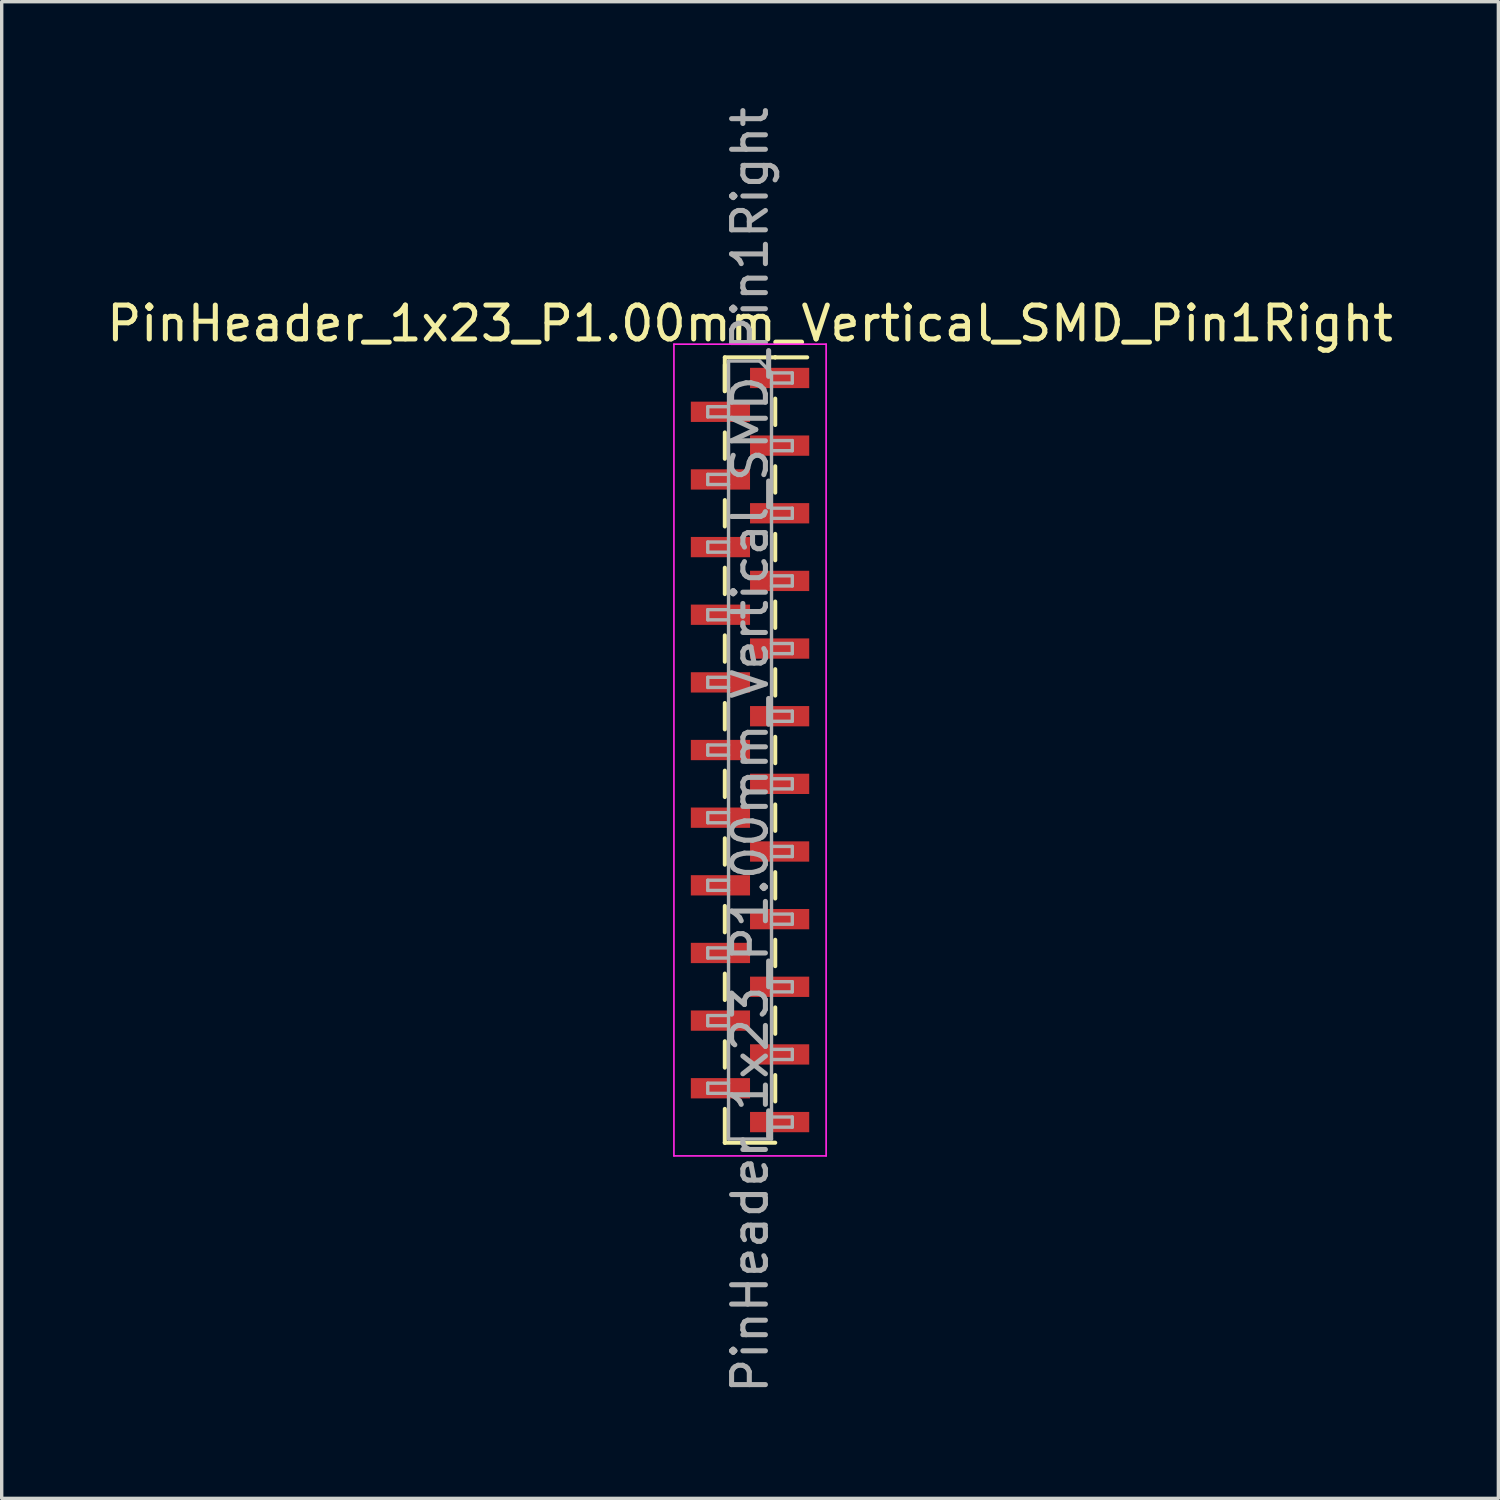
<source format=kicad_pcb>
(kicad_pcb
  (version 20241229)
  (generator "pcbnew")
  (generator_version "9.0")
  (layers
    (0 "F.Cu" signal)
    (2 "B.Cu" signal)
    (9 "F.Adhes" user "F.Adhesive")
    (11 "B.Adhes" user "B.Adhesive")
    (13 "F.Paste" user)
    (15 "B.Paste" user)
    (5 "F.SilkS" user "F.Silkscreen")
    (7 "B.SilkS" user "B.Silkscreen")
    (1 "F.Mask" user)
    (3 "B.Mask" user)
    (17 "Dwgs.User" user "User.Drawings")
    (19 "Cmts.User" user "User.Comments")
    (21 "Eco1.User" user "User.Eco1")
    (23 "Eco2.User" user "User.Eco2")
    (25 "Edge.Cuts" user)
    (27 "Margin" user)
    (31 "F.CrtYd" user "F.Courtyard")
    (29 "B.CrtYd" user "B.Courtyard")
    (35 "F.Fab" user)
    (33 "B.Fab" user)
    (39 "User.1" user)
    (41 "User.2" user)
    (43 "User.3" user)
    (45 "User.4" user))
  (footprint "PinHeader_1x23_P1.00mm_Vertical_SMD_Pin1Right"
    (layer "F.Cu")
    (at 19.125 19.125)
    (property "Reference" "PinHeader_1x23_P1.00mm_Vertical_SMD_Pin1Right" (at 0 -12.61 0) (layer "F.SilkS") (effects (font (size 1 1) (thickness 0.15))))
    (attr smd)
    (fp_line (start -0.745 -11.61) (end -0.745 -10.61) (stroke (width 0.12) (type solid)) (layer "F.SilkS"))
    (fp_line (start -0.745 -11.61) (end 0.745 -11.61) (stroke (width 0.12) (type solid)) (layer "F.SilkS"))
    (fp_line (start -0.745 -11.39) (end -0.745 -10.61) (stroke (width 0.12) (type solid)) (layer "F.SilkS"))
    (fp_line (start -0.745 -9.39) (end -0.745 -8.61) (stroke (width 0.12) (type solid)) (layer "F.SilkS"))
    (fp_line (start -0.745 -7.39) (end -0.745 -6.61) (stroke (width 0.12) (type solid)) (layer "F.SilkS"))
    (fp_line (start -0.745 -5.39) (end -0.745 -4.61) (stroke (width 0.12) (type solid)) (layer "F.SilkS"))
    (fp_line (start -0.745 -3.39) (end -0.745 -2.61) (stroke (width 0.12) (type solid)) (layer "F.SilkS"))
    (fp_line (start -0.745 -1.39) (end -0.745 -0.61) (stroke (width 0.12) (type solid)) (layer "F.SilkS"))
    (fp_line (start -0.745 0.61) (end -0.745 1.39) (stroke (width 0.12) (type solid)) (layer "F.SilkS"))
    (fp_line (start -0.745 2.61) (end -0.745 3.39) (stroke (width 0.12) (type solid)) (layer "F.SilkS"))
    (fp_line (start -0.745 4.61) (end -0.745 5.39) (stroke (width 0.12) (type solid)) (layer "F.SilkS"))
    (fp_line (start -0.745 6.61) (end -0.745 7.39) (stroke (width 0.12) (type solid)) (layer "F.SilkS"))
    (fp_line (start -0.745 8.61) (end -0.745 9.39) (stroke (width 0.12) (type solid)) (layer "F.SilkS"))
    (fp_line (start -0.745 10.61) (end -0.745 11.61) (stroke (width 0.12) (type solid)) (layer "F.SilkS"))
    (fp_line (start -0.745 11.61) (end -0.745 11.61) (stroke (width 0.12) (type solid)) (layer "F.SilkS"))
    (fp_line (start -0.745 11.61) (end 0.745 11.61) (stroke (width 0.12) (type solid)) (layer "F.SilkS"))
    (fp_line (start 0.745 -11.61) (end 0.745 -11.61) (stroke (width 0.12) (type solid)) (layer "F.SilkS"))
    (fp_line (start 0.745 -11.61) (end 1.69 -11.61) (stroke (width 0.12) (type solid)) (layer "F.SilkS"))
    (fp_line (start 0.745 -10.39) (end 0.745 -9.61) (stroke (width 0.12) (type solid)) (layer "F.SilkS"))
    (fp_line (start 0.745 -8.39) (end 0.745 -7.61) (stroke (width 0.12) (type solid)) (layer "F.SilkS"))
    (fp_line (start 0.745 -6.39) (end 0.745 -5.61) (stroke (width 0.12) (type solid)) (layer "F.SilkS"))
    (fp_line (start 0.745 -4.39) (end 0.745 -3.61) (stroke (width 0.12) (type solid)) (layer "F.SilkS"))
    (fp_line (start 0.745 -2.39) (end 0.745 -1.61) (stroke (width 0.12) (type solid)) (layer "F.SilkS"))
    (fp_line (start 0.745 -0.39) (end 0.745 0.39) (stroke (width 0.12) (type solid)) (layer "F.SilkS"))
    (fp_line (start 0.745 1.61) (end 0.745 2.39) (stroke (width 0.12) (type solid)) (layer "F.SilkS"))
    (fp_line (start 0.745 3.61) (end 0.745 4.39) (stroke (width 0.12) (type solid)) (layer "F.SilkS"))
    (fp_line (start 0.745 5.61) (end 0.745 6.39) (stroke (width 0.12) (type solid)) (layer "F.SilkS"))
    (fp_line (start 0.745 7.61) (end 0.745 8.39) (stroke (width 0.12) (type solid)) (layer "F.SilkS"))
    (fp_line (start 0.745 9.61) (end 0.745 10.39) (stroke (width 0.12) (type solid)) (layer "F.SilkS"))
    (fp_line (start -2.25 -12) (end -2.25 12) (stroke (width 0.05) (type solid)) (layer "F.CrtYd"))
    (fp_line (start -2.25 12) (end 2.25 12) (stroke (width 0.05) (type solid)) (layer "F.CrtYd"))
    (fp_line (start 2.25 -12) (end -2.25 -12) (stroke (width 0.05) (type solid)) (layer "F.CrtYd"))
    (fp_line (start 2.25 12) (end 2.25 -12) (stroke (width 0.05) (type solid)) (layer "F.CrtYd"))
    (fp_line (start -1.25 -10.15) (end -1.25 -9.85) (stroke (width 0.1) (type solid)) (layer "F.Fab"))
    (fp_line (start -1.25 -9.85) (end -0.635 -9.85) (stroke (width 0.1) (type solid)) (layer "F.Fab"))
    (fp_line (start -1.25 -8.15) (end -1.25 -7.85) (stroke (width 0.1) (type solid)) (layer "F.Fab"))
    (fp_line (start -1.25 -7.85) (end -0.635 -7.85) (stroke (width 0.1) (type solid)) (layer "F.Fab"))
    (fp_line (start -1.25 -6.15) (end -1.25 -5.85) (stroke (width 0.1) (type solid)) (layer "F.Fab"))
    (fp_line (start -1.25 -5.85) (end -0.635 -5.85) (stroke (width 0.1) (type solid)) (layer "F.Fab"))
    (fp_line (start -1.25 -4.15) (end -1.25 -3.85) (stroke (width 0.1) (type solid)) (layer "F.Fab"))
    (fp_line (start -1.25 -3.85) (end -0.635 -3.85) (stroke (width 0.1) (type solid)) (layer "F.Fab"))
    (fp_line (start -1.25 -2.15) (end -1.25 -1.85) (stroke (width 0.1) (type solid)) (layer "F.Fab"))
    (fp_line (start -1.25 -1.85) (end -0.635 -1.85) (stroke (width 0.1) (type solid)) (layer "F.Fab"))
    (fp_line (start -1.25 -0.15) (end -1.25 0.15) (stroke (width 0.1) (type solid)) (layer "F.Fab"))
    (fp_line (start -1.25 0.15) (end -0.635 0.15) (stroke (width 0.1) (type solid)) (layer "F.Fab"))
    (fp_line (start -1.25 1.85) (end -1.25 2.15) (stroke (width 0.1) (type solid)) (layer "F.Fab"))
    (fp_line (start -1.25 2.15) (end -0.635 2.15) (stroke (width 0.1) (type solid)) (layer "F.Fab"))
    (fp_line (start -1.25 3.85) (end -1.25 4.15) (stroke (width 0.1) (type solid)) (layer "F.Fab"))
    (fp_line (start -1.25 4.15) (end -0.635 4.15) (stroke (width 0.1) (type solid)) (layer "F.Fab"))
    (fp_line (start -1.25 5.85) (end -1.25 6.15) (stroke (width 0.1) (type solid)) (layer "F.Fab"))
    (fp_line (start -1.25 6.15) (end -0.635 6.15) (stroke (width 0.1) (type solid)) (layer "F.Fab"))
    (fp_line (start -1.25 7.85) (end -1.25 8.15) (stroke (width 0.1) (type solid)) (layer "F.Fab"))
    (fp_line (start -1.25 8.15) (end -0.635 8.15) (stroke (width 0.1) (type solid)) (layer "F.Fab"))
    (fp_line (start -1.25 9.85) (end -1.25 10.15) (stroke (width 0.1) (type solid)) (layer "F.Fab"))
    (fp_line (start -1.25 10.15) (end -0.635 10.15) (stroke (width 0.1) (type solid)) (layer "F.Fab"))
    (fp_line (start -0.635 -11.5) (end -0.635 11.5) (stroke (width 0.1) (type solid)) (layer "F.Fab"))
    (fp_line (start -0.635 -11.5) (end 0.285 -11.5) (stroke (width 0.1) (type solid)) (layer "F.Fab"))
    (fp_line (start -0.635 -10.15) (end -1.25 -10.15) (stroke (width 0.1) (type solid)) (layer "F.Fab"))
    (fp_line (start -0.635 -8.15) (end -1.25 -8.15) (stroke (width 0.1) (type solid)) (layer "F.Fab"))
    (fp_line (start -0.635 -6.15) (end -1.25 -6.15) (stroke (width 0.1) (type solid)) (layer "F.Fab"))
    (fp_line (start -0.635 -4.15) (end -1.25 -4.15) (stroke (width 0.1) (type solid)) (layer "F.Fab"))
    (fp_line (start -0.635 -2.15) (end -1.25 -2.15) (stroke (width 0.1) (type solid)) (layer "F.Fab"))
    (fp_line (start -0.635 -0.15) (end -1.25 -0.15) (stroke (width 0.1) (type solid)) (layer "F.Fab"))
    (fp_line (start -0.635 1.85) (end -1.25 1.85) (stroke (width 0.1) (type solid)) (layer "F.Fab"))
    (fp_line (start -0.635 3.85) (end -1.25 3.85) (stroke (width 0.1) (type solid)) (layer "F.Fab"))
    (fp_line (start -0.635 5.85) (end -1.25 5.85) (stroke (width 0.1) (type solid)) (layer "F.Fab"))
    (fp_line (start -0.635 7.85) (end -1.25 7.85) (stroke (width 0.1) (type solid)) (layer "F.Fab"))
    (fp_line (start -0.635 9.85) (end -1.25 9.85) (stroke (width 0.1) (type solid)) (layer "F.Fab"))
    (fp_line (start 0.635 -11.15) (end 0.285 -11.5) (stroke (width 0.1) (type solid)) (layer "F.Fab"))
    (fp_line (start 0.635 -11.15) (end 1.25 -11.15) (stroke (width 0.1) (type solid)) (layer "F.Fab"))
    (fp_line (start 0.635 -9.15) (end 1.25 -9.15) (stroke (width 0.1) (type solid)) (layer "F.Fab"))
    (fp_line (start 0.635 -7.15) (end 1.25 -7.15) (stroke (width 0.1) (type solid)) (layer "F.Fab"))
    (fp_line (start 0.635 -5.15) (end 1.25 -5.15) (stroke (width 0.1) (type solid)) (layer "F.Fab"))
    (fp_line (start 0.635 -3.15) (end 1.25 -3.15) (stroke (width 0.1) (type solid)) (layer "F.Fab"))
    (fp_line (start 0.635 -1.15) (end 1.25 -1.15) (stroke (width 0.1) (type solid)) (layer "F.Fab"))
    (fp_line (start 0.635 0.85) (end 1.25 0.85) (stroke (width 0.1) (type solid)) (layer "F.Fab"))
    (fp_line (start 0.635 2.85) (end 1.25 2.85) (stroke (width 0.1) (type solid)) (layer "F.Fab"))
    (fp_line (start 0.635 4.85) (end 1.25 4.85) (stroke (width 0.1) (type solid)) (layer "F.Fab"))
    (fp_line (start 0.635 6.85) (end 1.25 6.85) (stroke (width 0.1) (type solid)) (layer "F.Fab"))
    (fp_line (start 0.635 8.85) (end 1.25 8.85) (stroke (width 0.1) (type solid)) (layer "F.Fab"))
    (fp_line (start 0.635 10.85) (end 1.25 10.85) (stroke (width 0.1) (type solid)) (layer "F.Fab"))
    (fp_line (start 0.635 11.5) (end -0.635 11.5) (stroke (width 0.1) (type solid)) (layer "F.Fab"))
    (fp_line (start 0.635 11.5) (end 0.635 -11.15) (stroke (width 0.1) (type solid)) (layer "F.Fab"))
    (fp_line (start 1.25 -11.15) (end 1.25 -10.85) (stroke (width 0.1) (type solid)) (layer "F.Fab"))
    (fp_line (start 1.25 -10.85) (end 0.635 -10.85) (stroke (width 0.1) (type solid)) (layer "F.Fab"))
    (fp_line (start 1.25 -9.15) (end 1.25 -8.85) (stroke (width 0.1) (type solid)) (layer "F.Fab"))
    (fp_line (start 1.25 -8.85) (end 0.635 -8.85) (stroke (width 0.1) (type solid)) (layer "F.Fab"))
    (fp_line (start 1.25 -7.15) (end 1.25 -6.85) (stroke (width 0.1) (type solid)) (layer "F.Fab"))
    (fp_line (start 1.25 -6.85) (end 0.635 -6.85) (stroke (width 0.1) (type solid)) (layer "F.Fab"))
    (fp_line (start 1.25 -5.15) (end 1.25 -4.85) (stroke (width 0.1) (type solid)) (layer "F.Fab"))
    (fp_line (start 1.25 -4.85) (end 0.635 -4.85) (stroke (width 0.1) (type solid)) (layer "F.Fab"))
    (fp_line (start 1.25 -3.15) (end 1.25 -2.85) (stroke (width 0.1) (type solid)) (layer "F.Fab"))
    (fp_line (start 1.25 -2.85) (end 0.635 -2.85) (stroke (width 0.1) (type solid)) (layer "F.Fab"))
    (fp_line (start 1.25 -1.15) (end 1.25 -0.85) (stroke (width 0.1) (type solid)) (layer "F.Fab"))
    (fp_line (start 1.25 -0.85) (end 0.635 -0.85) (stroke (width 0.1) (type solid)) (layer "F.Fab"))
    (fp_line (start 1.25 0.85) (end 1.25 1.15) (stroke (width 0.1) (type solid)) (layer "F.Fab"))
    (fp_line (start 1.25 1.15) (end 0.635 1.15) (stroke (width 0.1) (type solid)) (layer "F.Fab"))
    (fp_line (start 1.25 2.85) (end 1.25 3.15) (stroke (width 0.1) (type solid)) (layer "F.Fab"))
    (fp_line (start 1.25 3.15) (end 0.635 3.15) (stroke (width 0.1) (type solid)) (layer "F.Fab"))
    (fp_line (start 1.25 4.85) (end 1.25 5.15) (stroke (width 0.1) (type solid)) (layer "F.Fab"))
    (fp_line (start 1.25 5.15) (end 0.635 5.15) (stroke (width 0.1) (type solid)) (layer "F.Fab"))
    (fp_line (start 1.25 6.85) (end 1.25 7.15) (stroke (width 0.1) (type solid)) (layer "F.Fab"))
    (fp_line (start 1.25 7.15) (end 0.635 7.15) (stroke (width 0.1) (type solid)) (layer "F.Fab"))
    (fp_line (start 1.25 8.85) (end 1.25 9.15) (stroke (width 0.1) (type solid)) (layer "F.Fab"))
    (fp_line (start 1.25 9.15) (end 0.635 9.15) (stroke (width 0.1) (type solid)) (layer "F.Fab"))
    (fp_line (start 1.25 10.85) (end 1.25 11.15) (stroke (width 0.1) (type solid)) (layer "F.Fab"))
    (fp_line (start 1.25 11.15) (end 0.635 11.15) (stroke (width 0.1) (type solid)) (layer "F.Fab"))
    (fp_text user "${REFERENCE}" (at 0 0 90) (layer "F.Fab") (effects (font (size 1 1) (thickness 0.15))))
    (pad "1" smd rect (at 0.875 -11) (size 1.75 0.6) (layers "F.Cu" "F.Mask" "F.Paste"))
    (pad "2" smd rect (at -0.875 -10) (size 1.75 0.6) (layers "F.Cu" "F.Mask" "F.Paste"))
    (pad "3" smd rect (at 0.875 -9) (size 1.75 0.6) (layers "F.Cu" "F.Mask" "F.Paste"))
    (pad "4" smd rect (at -0.875 -8) (size 1.75 0.6) (layers "F.Cu" "F.Mask" "F.Paste"))
    (pad "5" smd rect (at 0.875 -7) (size 1.75 0.6) (layers "F.Cu" "F.Mask" "F.Paste"))
    (pad "6" smd rect (at -0.875 -6) (size 1.75 0.6) (layers "F.Cu" "F.Mask" "F.Paste"))
    (pad "7" smd rect (at 0.875 -5) (size 1.75 0.6) (layers "F.Cu" "F.Mask" "F.Paste"))
    (pad "8" smd rect (at -0.875 -4) (size 1.75 0.6) (layers "F.Cu" "F.Mask" "F.Paste"))
    (pad "9" smd rect (at 0.875 -3) (size 1.75 0.6) (layers "F.Cu" "F.Mask" "F.Paste"))
    (pad "10" smd rect (at -0.875 -2) (size 1.75 0.6) (layers "F.Cu" "F.Mask" "F.Paste"))
    (pad "11" smd rect (at 0.875 -1) (size 1.75 0.6) (layers "F.Cu" "F.Mask" "F.Paste"))
    (pad "12" smd rect (at -0.875 0) (size 1.75 0.6) (layers "F.Cu" "F.Mask" "F.Paste"))
    (pad "13" smd rect (at 0.875 1) (size 1.75 0.6) (layers "F.Cu" "F.Mask" "F.Paste"))
    (pad "14" smd rect (at -0.875 2) (size 1.75 0.6) (layers "F.Cu" "F.Mask" "F.Paste"))
    (pad "15" smd rect (at 0.875 3) (size 1.75 0.6) (layers "F.Cu" "F.Mask" "F.Paste"))
    (pad "16" smd rect (at -0.875 4) (size 1.75 0.6) (layers "F.Cu" "F.Mask" "F.Paste"))
    (pad "17" smd rect (at 0.875 5) (size 1.75 0.6) (layers "F.Cu" "F.Mask" "F.Paste"))
    (pad "18" smd rect (at -0.875 6) (size 1.75 0.6) (layers "F.Cu" "F.Mask" "F.Paste"))
    (pad "19" smd rect (at 0.875 7) (size 1.75 0.6) (layers "F.Cu" "F.Mask" "F.Paste"))
    (pad "20" smd rect (at -0.875 8) (size 1.75 0.6) (layers "F.Cu" "F.Mask" "F.Paste"))
    (pad "21" smd rect (at 0.875 9) (size 1.75 0.6) (layers "F.Cu" "F.Mask" "F.Paste"))
    (pad "22" smd rect (at -0.875 10) (size 1.75 0.6) (layers "F.Cu" "F.Mask" "F.Paste"))
    (pad "23" smd rect (at 0.875 11) (size 1.75 0.6) (layers "F.Cu" "F.Mask" "F.Paste")))
  (gr_rect
    (start -3 -3)
    (end 41.25 41.25)
    (stroke (width 0.1) (type default))
    (fill no)
    (layer "Edge.Cuts")))
</source>
